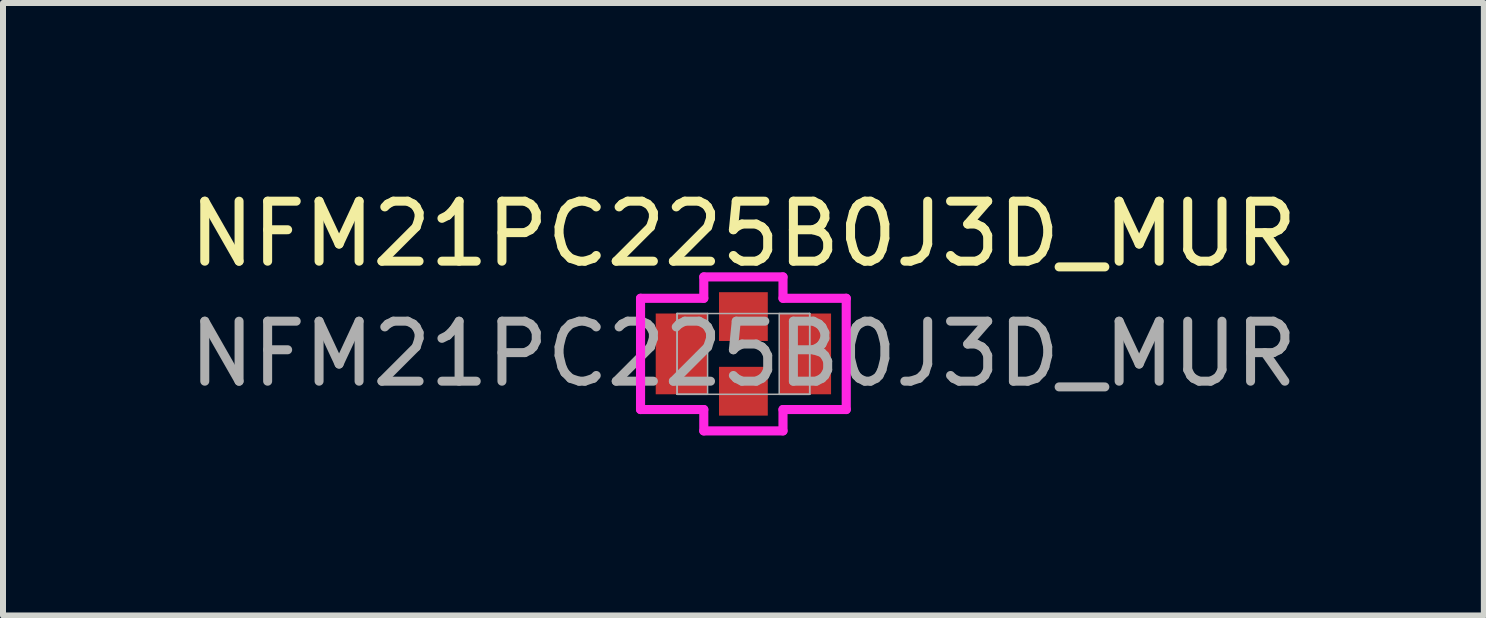
<source format=kicad_pcb>
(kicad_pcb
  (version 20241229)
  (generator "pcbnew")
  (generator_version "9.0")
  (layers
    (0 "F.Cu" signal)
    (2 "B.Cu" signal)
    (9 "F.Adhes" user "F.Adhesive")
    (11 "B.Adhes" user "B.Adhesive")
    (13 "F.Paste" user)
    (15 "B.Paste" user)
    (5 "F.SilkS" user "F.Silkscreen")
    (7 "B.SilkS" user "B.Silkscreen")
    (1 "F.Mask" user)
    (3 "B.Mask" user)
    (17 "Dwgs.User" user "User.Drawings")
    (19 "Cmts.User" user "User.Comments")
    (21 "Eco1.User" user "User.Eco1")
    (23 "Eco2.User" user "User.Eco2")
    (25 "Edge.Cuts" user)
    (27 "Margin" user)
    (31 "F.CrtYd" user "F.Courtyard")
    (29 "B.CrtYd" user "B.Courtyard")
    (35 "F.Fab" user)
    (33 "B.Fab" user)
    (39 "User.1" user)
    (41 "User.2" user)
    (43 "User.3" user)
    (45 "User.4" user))
  (footprint "NFM21PC225B0J3D_MUR"
    (layer "F.Cu")
    (at 9.339 2.848)
    (property "Reference" "NFM21PC225B0J3D_MUR" (at 0 -2 0) (unlocked yes) (layer "F.SilkS") (effects (font (size 1 1) (thickness 0.15))))
    (attr smd)
    (fp_line (start -1.714 -0.927) (end -0.66 -0.927) (stroke (width 0.152) (type solid)) (layer "F.CrtYd"))
    (fp_line (start -1.714 0.927) (end -1.714 -0.927) (stroke (width 0.152) (type solid)) (layer "F.CrtYd"))
    (fp_line (start -1.714 0.927) (end -0.66 0.927) (stroke (width 0.152) (type solid)) (layer "F.CrtYd"))
    (fp_line (start -0.66 -1.283) (end 0.66 -1.283) (stroke (width 0.152) (type solid)) (layer "F.CrtYd"))
    (fp_line (start -0.66 -0.927) (end -0.66 -1.283) (stroke (width 0.152) (type solid)) (layer "F.CrtYd"))
    (fp_line (start -0.66 0.927) (end -0.66 1.283) (stroke (width 0.152) (type solid)) (layer "F.CrtYd"))
    (fp_line (start -0.66 1.283) (end 0.66 1.283) (stroke (width 0.152) (type solid)) (layer "F.CrtYd"))
    (fp_line (start 0.66 -0.927) (end 0.66 -1.283) (stroke (width 0.152) (type solid)) (layer "F.CrtYd"))
    (fp_line (start 0.66 0.927) (end 0.66 1.283) (stroke (width 0.152) (type solid)) (layer "F.CrtYd"))
    (fp_line (start 1.714 -0.927) (end 0.66 -0.927) (stroke (width 0.152) (type solid)) (layer "F.CrtYd"))
    (fp_line (start 1.714 0.927) (end 0.66 0.927) (stroke (width 0.152) (type solid)) (layer "F.CrtYd"))
    (fp_line (start 1.714 0.927) (end 1.714 -0.927) (stroke (width 0.152) (type solid)) (layer "F.CrtYd"))
    (fp_line (start -1.105 -0.673) (end -1.105 0.673) (stroke (width 0.025) (type solid)) (layer "F.Fab"))
    (fp_line (start -1.105 -0.673) (end -1.105 0.673) (stroke (width 0.025) (type solid)) (layer "F.Fab"))
    (fp_line (start -1.105 0.673) (end -0.597 0.673) (stroke (width 0.025) (type solid)) (layer "F.Fab"))
    (fp_line (start -1.105 0.673) (end 1.105 0.673) (stroke (width 0.025) (type solid)) (layer "F.Fab"))
    (fp_line (start -0.597 -0.673) (end -1.105 -0.673) (stroke (width 0.025) (type solid)) (layer "F.Fab"))
    (fp_line (start -0.597 0.673) (end -0.597 -0.673) (stroke (width 0.025) (type solid)) (layer "F.Fab"))
    (fp_line (start 0.597 -0.673) (end 0.597 0.673) (stroke (width 0.025) (type solid)) (layer "F.Fab"))
    (fp_line (start 0.597 0.673) (end 1.105 0.673) (stroke (width 0.025) (type solid)) (layer "F.Fab"))
    (fp_line (start 1.105 -0.673) (end -1.105 -0.673) (stroke (width 0.025) (type solid)) (layer "F.Fab"))
    (fp_line (start 1.105 -0.673) (end 0.597 -0.673) (stroke (width 0.025) (type solid)) (layer "F.Fab"))
    (fp_line (start 1.105 0.673) (end 1.105 -0.673) (stroke (width 0.025) (type solid)) (layer "F.Fab"))
    (fp_line (start 1.105 0.673) (end 1.105 -0.673) (stroke (width 0.025) (type solid)) (layer "F.Fab"))
    (fp_circle (center -0.775 0) (end -0.775 0) (stroke (width 0.025) (type solid)) (fill no) (layer "F.Fab"))
    (fp_text user "${REFERENCE}" (at 0 0 0) (unlocked yes) (layer "F.Fab") (effects (font (size 1 1) (thickness 0.15))))
    (pad "1" smd rect (at -1.029 0) (size 0.864 1.346) (layers "F.Cu" "F.Mask" "F.Paste"))
    (pad "2" smd rect (at 0 -0.622) (size 0.813 0.813) (layers "F.Cu" "F.Mask" "F.Paste"))
    (pad "2" smd rect (at 0 0.622) (size 0.813 0.813) (layers "F.Cu" "F.Mask" "F.Paste"))
    (pad "3" smd rect (at 1.029 0) (size 0.864 1.346) (layers "F.Cu" "F.Mask" "F.Paste")))
  (gr_rect
    (start -3 -3)
    (end 21.679 7.207)
    (stroke (width 0.1) (type default))
    (fill no)
    (layer "Edge.Cuts")))
</source>
